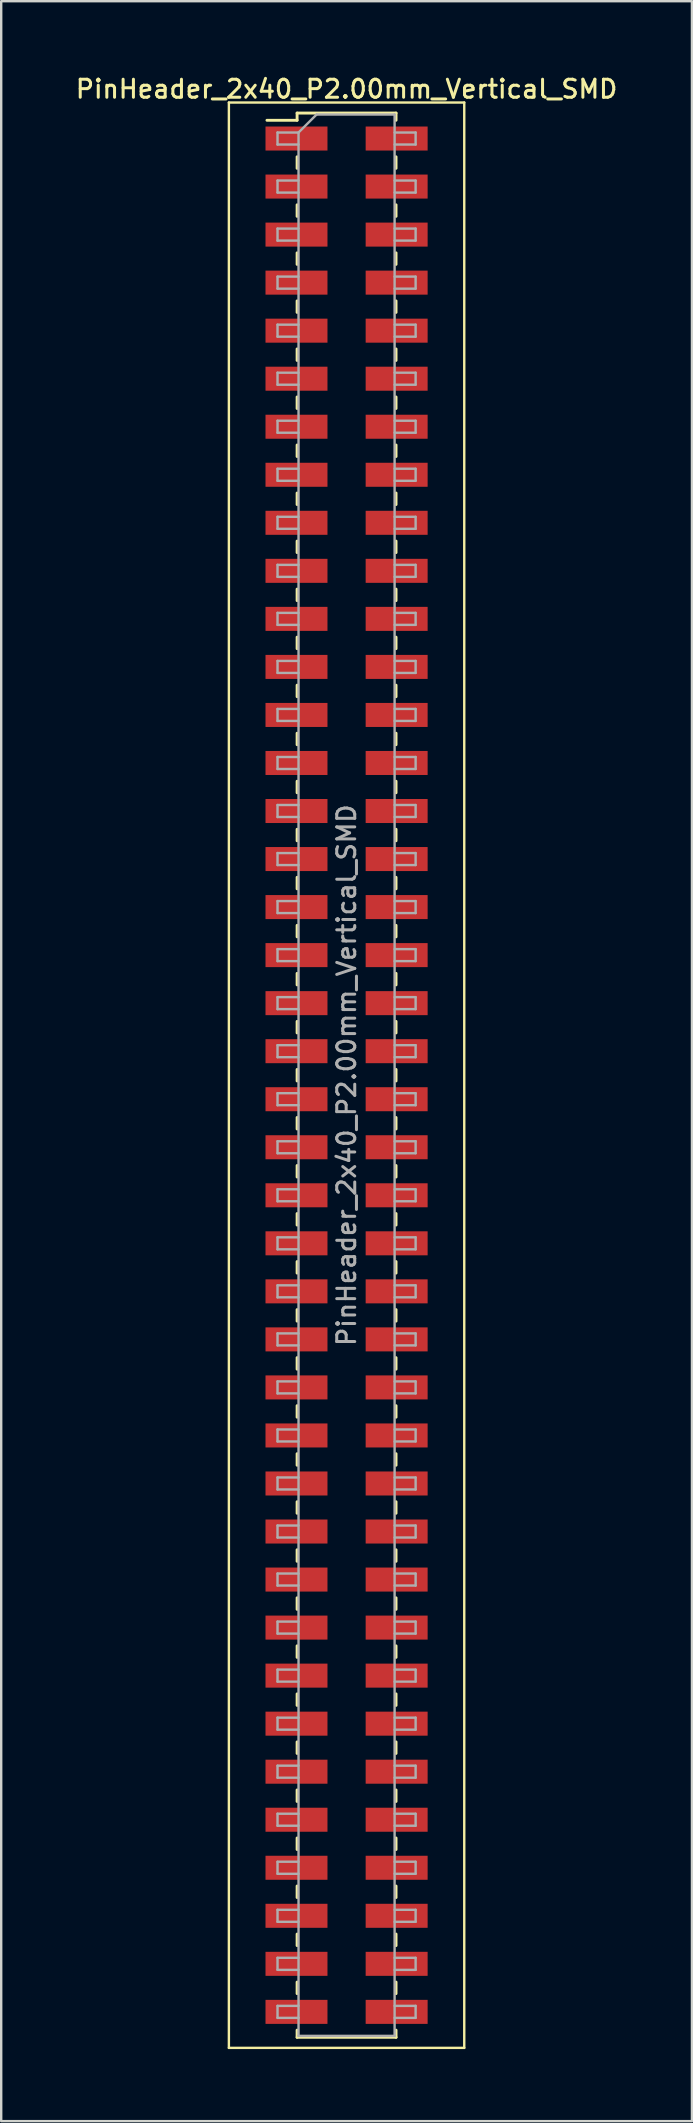
<source format=kicad_pcb>
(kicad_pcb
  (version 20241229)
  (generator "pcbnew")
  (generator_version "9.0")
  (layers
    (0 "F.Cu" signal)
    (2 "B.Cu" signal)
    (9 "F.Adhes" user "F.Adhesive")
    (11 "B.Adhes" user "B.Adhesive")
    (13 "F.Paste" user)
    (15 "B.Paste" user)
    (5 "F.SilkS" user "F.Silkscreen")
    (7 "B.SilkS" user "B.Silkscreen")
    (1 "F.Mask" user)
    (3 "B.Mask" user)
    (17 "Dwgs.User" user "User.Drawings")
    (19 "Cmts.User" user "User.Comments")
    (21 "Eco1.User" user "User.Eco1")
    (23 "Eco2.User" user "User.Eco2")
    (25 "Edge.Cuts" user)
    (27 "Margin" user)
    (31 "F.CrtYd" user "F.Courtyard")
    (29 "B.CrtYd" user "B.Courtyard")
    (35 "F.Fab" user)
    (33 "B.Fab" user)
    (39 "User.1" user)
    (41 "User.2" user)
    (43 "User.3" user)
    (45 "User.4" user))
  (footprint "PinHeader_2x40_P2.00mm_Vertical_SMD"
    (layer "F.Cu")
    (at 11.38 41.718)
    (property "Reference" "PinHeader_2x40_P2.00mm_Vertical_SMD" (at 0 -41.06 0) (layer "F.SilkS") (effects (font (size 0.75 0.75) (thickness 0.125))))
    (attr smd)
    (fp_line (start -4.9 -40.5) (end -4.9 40.5) (stroke (width 0.1) (type solid)) (layer "F.SilkS"))
    (fp_line (start -4.9 40.5) (end 4.9 40.5) (stroke (width 0.1) (type solid)) (layer "F.SilkS"))
    (fp_line (start -3.315 -39.76) (end -2.06 -39.76) (stroke (width 0.12) (type solid)) (layer "F.SilkS"))
    (fp_line (start -2.06 -40.06) (end -2.06 -39.76) (stroke (width 0.12) (type solid)) (layer "F.SilkS"))
    (fp_line (start -2.06 -40.06) (end 2.06 -40.06) (stroke (width 0.12) (type solid)) (layer "F.SilkS"))
    (fp_line (start -2.06 -38.24) (end -2.06 -37.76) (stroke (width 0.12) (type solid)) (layer "F.SilkS"))
    (fp_line (start -2.06 -36.24) (end -2.06 -35.76) (stroke (width 0.12) (type solid)) (layer "F.SilkS"))
    (fp_line (start -2.06 -34.24) (end -2.06 -33.76) (stroke (width 0.12) (type solid)) (layer "F.SilkS"))
    (fp_line (start -2.06 -32.24) (end -2.06 -31.76) (stroke (width 0.12) (type solid)) (layer "F.SilkS"))
    (fp_line (start -2.06 -30.24) (end -2.06 -29.76) (stroke (width 0.12) (type solid)) (layer "F.SilkS"))
    (fp_line (start -2.06 -28.24) (end -2.06 -27.76) (stroke (width 0.12) (type solid)) (layer "F.SilkS"))
    (fp_line (start -2.06 -26.24) (end -2.06 -25.76) (stroke (width 0.12) (type solid)) (layer "F.SilkS"))
    (fp_line (start -2.06 -24.24) (end -2.06 -23.76) (stroke (width 0.12) (type solid)) (layer "F.SilkS"))
    (fp_line (start -2.06 -22.24) (end -2.06 -21.76) (stroke (width 0.12) (type solid)) (layer "F.SilkS"))
    (fp_line (start -2.06 -20.24) (end -2.06 -19.76) (stroke (width 0.12) (type solid)) (layer "F.SilkS"))
    (fp_line (start -2.06 -18.24) (end -2.06 -17.76) (stroke (width 0.12) (type solid)) (layer "F.SilkS"))
    (fp_line (start -2.06 -16.24) (end -2.06 -15.76) (stroke (width 0.12) (type solid)) (layer "F.SilkS"))
    (fp_line (start -2.06 -14.24) (end -2.06 -13.76) (stroke (width 0.12) (type solid)) (layer "F.SilkS"))
    (fp_line (start -2.06 -12.24) (end -2.06 -11.76) (stroke (width 0.12) (type solid)) (layer "F.SilkS"))
    (fp_line (start -2.06 -10.24) (end -2.06 -9.76) (stroke (width 0.12) (type solid)) (layer "F.SilkS"))
    (fp_line (start -2.06 -8.24) (end -2.06 -7.76) (stroke (width 0.12) (type solid)) (layer "F.SilkS"))
    (fp_line (start -2.06 -6.24) (end -2.06 -5.76) (stroke (width 0.12) (type solid)) (layer "F.SilkS"))
    (fp_line (start -2.06 -4.24) (end -2.06 -3.76) (stroke (width 0.12) (type solid)) (layer "F.SilkS"))
    (fp_line (start -2.06 -2.24) (end -2.06 -1.76) (stroke (width 0.12) (type solid)) (layer "F.SilkS"))
    (fp_line (start -2.06 -0.24) (end -2.06 0.24) (stroke (width 0.12) (type solid)) (layer "F.SilkS"))
    (fp_line (start -2.06 1.76) (end -2.06 2.24) (stroke (width 0.12) (type solid)) (layer "F.SilkS"))
    (fp_line (start -2.06 3.76) (end -2.06 4.24) (stroke (width 0.12) (type solid)) (layer "F.SilkS"))
    (fp_line (start -2.06 5.76) (end -2.06 6.24) (stroke (width 0.12) (type solid)) (layer "F.SilkS"))
    (fp_line (start -2.06 7.76) (end -2.06 8.24) (stroke (width 0.12) (type solid)) (layer "F.SilkS"))
    (fp_line (start -2.06 9.76) (end -2.06 10.24) (stroke (width 0.12) (type solid)) (layer "F.SilkS"))
    (fp_line (start -2.06 11.76) (end -2.06 12.24) (stroke (width 0.12) (type solid)) (layer "F.SilkS"))
    (fp_line (start -2.06 13.76) (end -2.06 14.24) (stroke (width 0.12) (type solid)) (layer "F.SilkS"))
    (fp_line (start -2.06 15.76) (end -2.06 16.24) (stroke (width 0.12) (type solid)) (layer "F.SilkS"))
    (fp_line (start -2.06 17.76) (end -2.06 18.24) (stroke (width 0.12) (type solid)) (layer "F.SilkS"))
    (fp_line (start -2.06 19.76) (end -2.06 20.24) (stroke (width 0.12) (type solid)) (layer "F.SilkS"))
    (fp_line (start -2.06 21.76) (end -2.06 22.24) (stroke (width 0.12) (type solid)) (layer "F.SilkS"))
    (fp_line (start -2.06 23.76) (end -2.06 24.24) (stroke (width 0.12) (type solid)) (layer "F.SilkS"))
    (fp_line (start -2.06 25.76) (end -2.06 26.24) (stroke (width 0.12) (type solid)) (layer "F.SilkS"))
    (fp_line (start -2.06 27.76) (end -2.06 28.24) (stroke (width 0.12) (type solid)) (layer "F.SilkS"))
    (fp_line (start -2.06 29.76) (end -2.06 30.24) (stroke (width 0.12) (type solid)) (layer "F.SilkS"))
    (fp_line (start -2.06 31.76) (end -2.06 32.24) (stroke (width 0.12) (type solid)) (layer "F.SilkS"))
    (fp_line (start -2.06 33.76) (end -2.06 34.24) (stroke (width 0.12) (type solid)) (layer "F.SilkS"))
    (fp_line (start -2.06 35.76) (end -2.06 36.24) (stroke (width 0.12) (type solid)) (layer "F.SilkS"))
    (fp_line (start -2.06 37.76) (end -2.06 38.24) (stroke (width 0.12) (type solid)) (layer "F.SilkS"))
    (fp_line (start -2.06 39.76) (end -2.06 40.06) (stroke (width 0.12) (type solid)) (layer "F.SilkS"))
    (fp_line (start -2.06 40.06) (end 2.06 40.06) (stroke (width 0.12) (type solid)) (layer "F.SilkS"))
    (fp_line (start 2.06 -40.06) (end 2.06 -39.76) (stroke (width 0.12) (type solid)) (layer "F.SilkS"))
    (fp_line (start 2.06 -38.24) (end 2.06 -37.76) (stroke (width 0.12) (type solid)) (layer "F.SilkS"))
    (fp_line (start 2.06 -36.24) (end 2.06 -35.76) (stroke (width 0.12) (type solid)) (layer "F.SilkS"))
    (fp_line (start 2.06 -34.24) (end 2.06 -33.76) (stroke (width 0.12) (type solid)) (layer "F.SilkS"))
    (fp_line (start 2.06 -32.24) (end 2.06 -31.76) (stroke (width 0.12) (type solid)) (layer "F.SilkS"))
    (fp_line (start 2.06 -30.24) (end 2.06 -29.76) (stroke (width 0.12) (type solid)) (layer "F.SilkS"))
    (fp_line (start 2.06 -28.24) (end 2.06 -27.76) (stroke (width 0.12) (type solid)) (layer "F.SilkS"))
    (fp_line (start 2.06 -26.24) (end 2.06 -25.76) (stroke (width 0.12) (type solid)) (layer "F.SilkS"))
    (fp_line (start 2.06 -24.24) (end 2.06 -23.76) (stroke (width 0.12) (type solid)) (layer "F.SilkS"))
    (fp_line (start 2.06 -22.24) (end 2.06 -21.76) (stroke (width 0.12) (type solid)) (layer "F.SilkS"))
    (fp_line (start 2.06 -20.24) (end 2.06 -19.76) (stroke (width 0.12) (type solid)) (layer "F.SilkS"))
    (fp_line (start 2.06 -18.24) (end 2.06 -17.76) (stroke (width 0.12) (type solid)) (layer "F.SilkS"))
    (fp_line (start 2.06 -16.24) (end 2.06 -15.76) (stroke (width 0.12) (type solid)) (layer "F.SilkS"))
    (fp_line (start 2.06 -14.24) (end 2.06 -13.76) (stroke (width 0.12) (type solid)) (layer "F.SilkS"))
    (fp_line (start 2.06 -12.24) (end 2.06 -11.76) (stroke (width 0.12) (type solid)) (layer "F.SilkS"))
    (fp_line (start 2.06 -10.24) (end 2.06 -9.76) (stroke (width 0.12) (type solid)) (layer "F.SilkS"))
    (fp_line (start 2.06 -8.24) (end 2.06 -7.76) (stroke (width 0.12) (type solid)) (layer "F.SilkS"))
    (fp_line (start 2.06 -6.24) (end 2.06 -5.76) (stroke (width 0.12) (type solid)) (layer "F.SilkS"))
    (fp_line (start 2.06 -4.24) (end 2.06 -3.76) (stroke (width 0.12) (type solid)) (layer "F.SilkS"))
    (fp_line (start 2.06 -2.24) (end 2.06 -1.76) (stroke (width 0.12) (type solid)) (layer "F.SilkS"))
    (fp_line (start 2.06 -0.24) (end 2.06 0.24) (stroke (width 0.12) (type solid)) (layer "F.SilkS"))
    (fp_line (start 2.06 1.76) (end 2.06 2.24) (stroke (width 0.12) (type solid)) (layer "F.SilkS"))
    (fp_line (start 2.06 3.76) (end 2.06 4.24) (stroke (width 0.12) (type solid)) (layer "F.SilkS"))
    (fp_line (start 2.06 5.76) (end 2.06 6.24) (stroke (width 0.12) (type solid)) (layer "F.SilkS"))
    (fp_line (start 2.06 7.76) (end 2.06 8.24) (stroke (width 0.12) (type solid)) (layer "F.SilkS"))
    (fp_line (start 2.06 9.76) (end 2.06 10.24) (stroke (width 0.12) (type solid)) (layer "F.SilkS"))
    (fp_line (start 2.06 11.76) (end 2.06 12.24) (stroke (width 0.12) (type solid)) (layer "F.SilkS"))
    (fp_line (start 2.06 13.76) (end 2.06 14.24) (stroke (width 0.12) (type solid)) (layer "F.SilkS"))
    (fp_line (start 2.06 15.76) (end 2.06 16.24) (stroke (width 0.12) (type solid)) (layer "F.SilkS"))
    (fp_line (start 2.06 17.76) (end 2.06 18.24) (stroke (width 0.12) (type solid)) (layer "F.SilkS"))
    (fp_line (start 2.06 19.76) (end 2.06 20.24) (stroke (width 0.12) (type solid)) (layer "F.SilkS"))
    (fp_line (start 2.06 21.76) (end 2.06 22.24) (stroke (width 0.12) (type solid)) (layer "F.SilkS"))
    (fp_line (start 2.06 23.76) (end 2.06 24.24) (stroke (width 0.12) (type solid)) (layer "F.SilkS"))
    (fp_line (start 2.06 25.76) (end 2.06 26.24) (stroke (width 0.12) (type solid)) (layer "F.SilkS"))
    (fp_line (start 2.06 27.76) (end 2.06 28.24) (stroke (width 0.12) (type solid)) (layer "F.SilkS"))
    (fp_line (start 2.06 29.76) (end 2.06 30.24) (stroke (width 0.12) (type solid)) (layer "F.SilkS"))
    (fp_line (start 2.06 31.76) (end 2.06 32.24) (stroke (width 0.12) (type solid)) (layer "F.SilkS"))
    (fp_line (start 2.06 33.76) (end 2.06 34.24) (stroke (width 0.12) (type solid)) (layer "F.SilkS"))
    (fp_line (start 2.06 35.76) (end 2.06 36.24) (stroke (width 0.12) (type solid)) (layer "F.SilkS"))
    (fp_line (start 2.06 37.76) (end 2.06 38.24) (stroke (width 0.12) (type solid)) (layer "F.SilkS"))
    (fp_line (start 2.06 39.76) (end 2.06 40.06) (stroke (width 0.12) (type solid)) (layer "F.SilkS"))
    (fp_line (start 4.9 -40.5) (end -4.9 -40.5) (stroke (width 0.1) (type solid)) (layer "F.SilkS"))
    (fp_line (start 4.9 40.5) (end 4.9 -40.5) (stroke (width 0.1) (type solid)) (layer "F.SilkS"))
    (fp_line (start -2.875 -39.25) (end -2.875 -38.75) (stroke (width 0.1) (type solid)) (layer "F.Fab"))
    (fp_line (start -2.875 -38.75) (end -2 -38.75) (stroke (width 0.1) (type solid)) (layer "F.Fab"))
    (fp_line (start -2.875 -37.25) (end -2.875 -36.75) (stroke (width 0.1) (type solid)) (layer "F.Fab"))
    (fp_line (start -2.875 -36.75) (end -2 -36.75) (stroke (width 0.1) (type solid)) (layer "F.Fab"))
    (fp_line (start -2.875 -35.25) (end -2.875 -34.75) (stroke (width 0.1) (type solid)) (layer "F.Fab"))
    (fp_line (start -2.875 -34.75) (end -2 -34.75) (stroke (width 0.1) (type solid)) (layer "F.Fab"))
    (fp_line (start -2.875 -33.25) (end -2.875 -32.75) (stroke (width 0.1) (type solid)) (layer "F.Fab"))
    (fp_line (start -2.875 -32.75) (end -2 -32.75) (stroke (width 0.1) (type solid)) (layer "F.Fab"))
    (fp_line (start -2.875 -31.25) (end -2.875 -30.75) (stroke (width 0.1) (type solid)) (layer "F.Fab"))
    (fp_line (start -2.875 -30.75) (end -2 -30.75) (stroke (width 0.1) (type solid)) (layer "F.Fab"))
    (fp_line (start -2.875 -29.25) (end -2.875 -28.75) (stroke (width 0.1) (type solid)) (layer "F.Fab"))
    (fp_line (start -2.875 -28.75) (end -2 -28.75) (stroke (width 0.1) (type solid)) (layer "F.Fab"))
    (fp_line (start -2.875 -27.25) (end -2.875 -26.75) (stroke (width 0.1) (type solid)) (layer "F.Fab"))
    (fp_line (start -2.875 -26.75) (end -2 -26.75) (stroke (width 0.1) (type solid)) (layer "F.Fab"))
    (fp_line (start -2.875 -25.25) (end -2.875 -24.75) (stroke (width 0.1) (type solid)) (layer "F.Fab"))
    (fp_line (start -2.875 -24.75) (end -2 -24.75) (stroke (width 0.1) (type solid)) (layer "F.Fab"))
    (fp_line (start -2.875 -23.25) (end -2.875 -22.75) (stroke (width 0.1) (type solid)) (layer "F.Fab"))
    (fp_line (start -2.875 -22.75) (end -2 -22.75) (stroke (width 0.1) (type solid)) (layer "F.Fab"))
    (fp_line (start -2.875 -21.25) (end -2.875 -20.75) (stroke (width 0.1) (type solid)) (layer "F.Fab"))
    (fp_line (start -2.875 -20.75) (end -2 -20.75) (stroke (width 0.1) (type solid)) (layer "F.Fab"))
    (fp_line (start -2.875 -19.25) (end -2.875 -18.75) (stroke (width 0.1) (type solid)) (layer "F.Fab"))
    (fp_line (start -2.875 -18.75) (end -2 -18.75) (stroke (width 0.1) (type solid)) (layer "F.Fab"))
    (fp_line (start -2.875 -17.25) (end -2.875 -16.75) (stroke (width 0.1) (type solid)) (layer "F.Fab"))
    (fp_line (start -2.875 -16.75) (end -2 -16.75) (stroke (width 0.1) (type solid)) (layer "F.Fab"))
    (fp_line (start -2.875 -15.25) (end -2.875 -14.75) (stroke (width 0.1) (type solid)) (layer "F.Fab"))
    (fp_line (start -2.875 -14.75) (end -2 -14.75) (stroke (width 0.1) (type solid)) (layer "F.Fab"))
    (fp_line (start -2.875 -13.25) (end -2.875 -12.75) (stroke (width 0.1) (type solid)) (layer "F.Fab"))
    (fp_line (start -2.875 -12.75) (end -2 -12.75) (stroke (width 0.1) (type solid)) (layer "F.Fab"))
    (fp_line (start -2.875 -11.25) (end -2.875 -10.75) (stroke (width 0.1) (type solid)) (layer "F.Fab"))
    (fp_line (start -2.875 -10.75) (end -2 -10.75) (stroke (width 0.1) (type solid)) (layer "F.Fab"))
    (fp_line (start -2.875 -9.25) (end -2.875 -8.75) (stroke (width 0.1) (type solid)) (layer "F.Fab"))
    (fp_line (start -2.875 -8.75) (end -2 -8.75) (stroke (width 0.1) (type solid)) (layer "F.Fab"))
    (fp_line (start -2.875 -7.25) (end -2.875 -6.75) (stroke (width 0.1) (type solid)) (layer "F.Fab"))
    (fp_line (start -2.875 -6.75) (end -2 -6.75) (stroke (width 0.1) (type solid)) (layer "F.Fab"))
    (fp_line (start -2.875 -5.25) (end -2.875 -4.75) (stroke (width 0.1) (type solid)) (layer "F.Fab"))
    (fp_line (start -2.875 -4.75) (end -2 -4.75) (stroke (width 0.1) (type solid)) (layer "F.Fab"))
    (fp_line (start -2.875 -3.25) (end -2.875 -2.75) (stroke (width 0.1) (type solid)) (layer "F.Fab"))
    (fp_line (start -2.875 -2.75) (end -2 -2.75) (stroke (width 0.1) (type solid)) (layer "F.Fab"))
    (fp_line (start -2.875 -1.25) (end -2.875 -0.75) (stroke (width 0.1) (type solid)) (layer "F.Fab"))
    (fp_line (start -2.875 -0.75) (end -2 -0.75) (stroke (width 0.1) (type solid)) (layer "F.Fab"))
    (fp_line (start -2.875 0.75) (end -2.875 1.25) (stroke (width 0.1) (type solid)) (layer "F.Fab"))
    (fp_line (start -2.875 1.25) (end -2 1.25) (stroke (width 0.1) (type solid)) (layer "F.Fab"))
    (fp_line (start -2.875 2.75) (end -2.875 3.25) (stroke (width 0.1) (type solid)) (layer "F.Fab"))
    (fp_line (start -2.875 3.25) (end -2 3.25) (stroke (width 0.1) (type solid)) (layer "F.Fab"))
    (fp_line (start -2.875 4.75) (end -2.875 5.25) (stroke (width 0.1) (type solid)) (layer "F.Fab"))
    (fp_line (start -2.875 5.25) (end -2 5.25) (stroke (width 0.1) (type solid)) (layer "F.Fab"))
    (fp_line (start -2.875 6.75) (end -2.875 7.25) (stroke (width 0.1) (type solid)) (layer "F.Fab"))
    (fp_line (start -2.875 7.25) (end -2 7.25) (stroke (width 0.1) (type solid)) (layer "F.Fab"))
    (fp_line (start -2.875 8.75) (end -2.875 9.25) (stroke (width 0.1) (type solid)) (layer "F.Fab"))
    (fp_line (start -2.875 9.25) (end -2 9.25) (stroke (width 0.1) (type solid)) (layer "F.Fab"))
    (fp_line (start -2.875 10.75) (end -2.875 11.25) (stroke (width 0.1) (type solid)) (layer "F.Fab"))
    (fp_line (start -2.875 11.25) (end -2 11.25) (stroke (width 0.1) (type solid)) (layer "F.Fab"))
    (fp_line (start -2.875 12.75) (end -2.875 13.25) (stroke (width 0.1) (type solid)) (layer "F.Fab"))
    (fp_line (start -2.875 13.25) (end -2 13.25) (stroke (width 0.1) (type solid)) (layer "F.Fab"))
    (fp_line (start -2.875 14.75) (end -2.875 15.25) (stroke (width 0.1) (type solid)) (layer "F.Fab"))
    (fp_line (start -2.875 15.25) (end -2 15.25) (stroke (width 0.1) (type solid)) (layer "F.Fab"))
    (fp_line (start -2.875 16.75) (end -2.875 17.25) (stroke (width 0.1) (type solid)) (layer "F.Fab"))
    (fp_line (start -2.875 17.25) (end -2 17.25) (stroke (width 0.1) (type solid)) (layer "F.Fab"))
    (fp_line (start -2.875 18.75) (end -2.875 19.25) (stroke (width 0.1) (type solid)) (layer "F.Fab"))
    (fp_line (start -2.875 19.25) (end -2 19.25) (stroke (width 0.1) (type solid)) (layer "F.Fab"))
    (fp_line (start -2.875 20.75) (end -2.875 21.25) (stroke (width 0.1) (type solid)) (layer "F.Fab"))
    (fp_line (start -2.875 21.25) (end -2 21.25) (stroke (width 0.1) (type solid)) (layer "F.Fab"))
    (fp_line (start -2.875 22.75) (end -2.875 23.25) (stroke (width 0.1) (type solid)) (layer "F.Fab"))
    (fp_line (start -2.875 23.25) (end -2 23.25) (stroke (width 0.1) (type solid)) (layer "F.Fab"))
    (fp_line (start -2.875 24.75) (end -2.875 25.25) (stroke (width 0.1) (type solid)) (layer "F.Fab"))
    (fp_line (start -2.875 25.25) (end -2 25.25) (stroke (width 0.1) (type solid)) (layer "F.Fab"))
    (fp_line (start -2.875 26.75) (end -2.875 27.25) (stroke (width 0.1) (type solid)) (layer "F.Fab"))
    (fp_line (start -2.875 27.25) (end -2 27.25) (stroke (width 0.1) (type solid)) (layer "F.Fab"))
    (fp_line (start -2.875 28.75) (end -2.875 29.25) (stroke (width 0.1) (type solid)) (layer "F.Fab"))
    (fp_line (start -2.875 29.25) (end -2 29.25) (stroke (width 0.1) (type solid)) (layer "F.Fab"))
    (fp_line (start -2.875 30.75) (end -2.875 31.25) (stroke (width 0.1) (type solid)) (layer "F.Fab"))
    (fp_line (start -2.875 31.25) (end -2 31.25) (stroke (width 0.1) (type solid)) (layer "F.Fab"))
    (fp_line (start -2.875 32.75) (end -2.875 33.25) (stroke (width 0.1) (type solid)) (layer "F.Fab"))
    (fp_line (start -2.875 33.25) (end -2 33.25) (stroke (width 0.1) (type solid)) (layer "F.Fab"))
    (fp_line (start -2.875 34.75) (end -2.875 35.25) (stroke (width 0.1) (type solid)) (layer "F.Fab"))
    (fp_line (start -2.875 35.25) (end -2 35.25) (stroke (width 0.1) (type solid)) (layer "F.Fab"))
    (fp_line (start -2.875 36.75) (end -2.875 37.25) (stroke (width 0.1) (type solid)) (layer "F.Fab"))
    (fp_line (start -2.875 37.25) (end -2 37.25) (stroke (width 0.1) (type solid)) (layer "F.Fab"))
    (fp_line (start -2.875 38.75) (end -2.875 39.25) (stroke (width 0.1) (type solid)) (layer "F.Fab"))
    (fp_line (start -2.875 39.25) (end -2 39.25) (stroke (width 0.1) (type solid)) (layer "F.Fab"))
    (fp_line (start -2 -39.25) (end -2.875 -39.25) (stroke (width 0.1) (type solid)) (layer "F.Fab"))
    (fp_line (start -2 -39.25) (end -1.25 -40) (stroke (width 0.1) (type solid)) (layer "F.Fab"))
    (fp_line (start -2 -37.25) (end -2.875 -37.25) (stroke (width 0.1) (type solid)) (layer "F.Fab"))
    (fp_line (start -2 -35.25) (end -2.875 -35.25) (stroke (width 0.1) (type solid)) (layer "F.Fab"))
    (fp_line (start -2 -33.25) (end -2.875 -33.25) (stroke (width 0.1) (type solid)) (layer "F.Fab"))
    (fp_line (start -2 -31.25) (end -2.875 -31.25) (stroke (width 0.1) (type solid)) (layer "F.Fab"))
    (fp_line (start -2 -29.25) (end -2.875 -29.25) (stroke (width 0.1) (type solid)) (layer "F.Fab"))
    (fp_line (start -2 -27.25) (end -2.875 -27.25) (stroke (width 0.1) (type solid)) (layer "F.Fab"))
    (fp_line (start -2 -25.25) (end -2.875 -25.25) (stroke (width 0.1) (type solid)) (layer "F.Fab"))
    (fp_line (start -2 -23.25) (end -2.875 -23.25) (stroke (width 0.1) (type solid)) (layer "F.Fab"))
    (fp_line (start -2 -21.25) (end -2.875 -21.25) (stroke (width 0.1) (type solid)) (layer "F.Fab"))
    (fp_line (start -2 -19.25) (end -2.875 -19.25) (stroke (width 0.1) (type solid)) (layer "F.Fab"))
    (fp_line (start -2 -17.25) (end -2.875 -17.25) (stroke (width 0.1) (type solid)) (layer "F.Fab"))
    (fp_line (start -2 -15.25) (end -2.875 -15.25) (stroke (width 0.1) (type solid)) (layer "F.Fab"))
    (fp_line (start -2 -13.25) (end -2.875 -13.25) (stroke (width 0.1) (type solid)) (layer "F.Fab"))
    (fp_line (start -2 -11.25) (end -2.875 -11.25) (stroke (width 0.1) (type solid)) (layer "F.Fab"))
    (fp_line (start -2 -9.25) (end -2.875 -9.25) (stroke (width 0.1) (type solid)) (layer "F.Fab"))
    (fp_line (start -2 -7.25) (end -2.875 -7.25) (stroke (width 0.1) (type solid)) (layer "F.Fab"))
    (fp_line (start -2 -5.25) (end -2.875 -5.25) (stroke (width 0.1) (type solid)) (layer "F.Fab"))
    (fp_line (start -2 -3.25) (end -2.875 -3.25) (stroke (width 0.1) (type solid)) (layer "F.Fab"))
    (fp_line (start -2 -1.25) (end -2.875 -1.25) (stroke (width 0.1) (type solid)) (layer "F.Fab"))
    (fp_line (start -2 0.75) (end -2.875 0.75) (stroke (width 0.1) (type solid)) (layer "F.Fab"))
    (fp_line (start -2 2.75) (end -2.875 2.75) (stroke (width 0.1) (type solid)) (layer "F.Fab"))
    (fp_line (start -2 4.75) (end -2.875 4.75) (stroke (width 0.1) (type solid)) (layer "F.Fab"))
    (fp_line (start -2 6.75) (end -2.875 6.75) (stroke (width 0.1) (type solid)) (layer "F.Fab"))
    (fp_line (start -2 8.75) (end -2.875 8.75) (stroke (width 0.1) (type solid)) (layer "F.Fab"))
    (fp_line (start -2 10.75) (end -2.875 10.75) (stroke (width 0.1) (type solid)) (layer "F.Fab"))
    (fp_line (start -2 12.75) (end -2.875 12.75) (stroke (width 0.1) (type solid)) (layer "F.Fab"))
    (fp_line (start -2 14.75) (end -2.875 14.75) (stroke (width 0.1) (type solid)) (layer "F.Fab"))
    (fp_line (start -2 16.75) (end -2.875 16.75) (stroke (width 0.1) (type solid)) (layer "F.Fab"))
    (fp_line (start -2 18.75) (end -2.875 18.75) (stroke (width 0.1) (type solid)) (layer "F.Fab"))
    (fp_line (start -2 20.75) (end -2.875 20.75) (stroke (width 0.1) (type solid)) (layer "F.Fab"))
    (fp_line (start -2 22.75) (end -2.875 22.75) (stroke (width 0.1) (type solid)) (layer "F.Fab"))
    (fp_line (start -2 24.75) (end -2.875 24.75) (stroke (width 0.1) (type solid)) (layer "F.Fab"))
    (fp_line (start -2 26.75) (end -2.875 26.75) (stroke (width 0.1) (type solid)) (layer "F.Fab"))
    (fp_line (start -2 28.75) (end -2.875 28.75) (stroke (width 0.1) (type solid)) (layer "F.Fab"))
    (fp_line (start -2 30.75) (end -2.875 30.75) (stroke (width 0.1) (type solid)) (layer "F.Fab"))
    (fp_line (start -2 32.75) (end -2.875 32.75) (stroke (width 0.1) (type solid)) (layer "F.Fab"))
    (fp_line (start -2 34.75) (end -2.875 34.75) (stroke (width 0.1) (type solid)) (layer "F.Fab"))
    (fp_line (start -2 36.75) (end -2.875 36.75) (stroke (width 0.1) (type solid)) (layer "F.Fab"))
    (fp_line (start -2 38.75) (end -2.875 38.75) (stroke (width 0.1) (type solid)) (layer "F.Fab"))
    (fp_line (start -2 40) (end -2 -39.25) (stroke (width 0.1) (type solid)) (layer "F.Fab"))
    (fp_line (start -1.25 -40) (end 2 -40) (stroke (width 0.1) (type solid)) (layer "F.Fab"))
    (fp_line (start 2 -40) (end 2 40) (stroke (width 0.1) (type solid)) (layer "F.Fab"))
    (fp_line (start 2 -39.25) (end 2.875 -39.25) (stroke (width 0.1) (type solid)) (layer "F.Fab"))
    (fp_line (start 2 -37.25) (end 2.875 -37.25) (stroke (width 0.1) (type solid)) (layer "F.Fab"))
    (fp_line (start 2 -35.25) (end 2.875 -35.25) (stroke (width 0.1) (type solid)) (layer "F.Fab"))
    (fp_line (start 2 -33.25) (end 2.875 -33.25) (stroke (width 0.1) (type solid)) (layer "F.Fab"))
    (fp_line (start 2 -31.25) (end 2.875 -31.25) (stroke (width 0.1) (type solid)) (layer "F.Fab"))
    (fp_line (start 2 -29.25) (end 2.875 -29.25) (stroke (width 0.1) (type solid)) (layer "F.Fab"))
    (fp_line (start 2 -27.25) (end 2.875 -27.25) (stroke (width 0.1) (type solid)) (layer "F.Fab"))
    (fp_line (start 2 -25.25) (end 2.875 -25.25) (stroke (width 0.1) (type solid)) (layer "F.Fab"))
    (fp_line (start 2 -23.25) (end 2.875 -23.25) (stroke (width 0.1) (type solid)) (layer "F.Fab"))
    (fp_line (start 2 -21.25) (end 2.875 -21.25) (stroke (width 0.1) (type solid)) (layer "F.Fab"))
    (fp_line (start 2 -19.25) (end 2.875 -19.25) (stroke (width 0.1) (type solid)) (layer "F.Fab"))
    (fp_line (start 2 -17.25) (end 2.875 -17.25) (stroke (width 0.1) (type solid)) (layer "F.Fab"))
    (fp_line (start 2 -15.25) (end 2.875 -15.25) (stroke (width 0.1) (type solid)) (layer "F.Fab"))
    (fp_line (start 2 -13.25) (end 2.875 -13.25) (stroke (width 0.1) (type solid)) (layer "F.Fab"))
    (fp_line (start 2 -11.25) (end 2.875 -11.25) (stroke (width 0.1) (type solid)) (layer "F.Fab"))
    (fp_line (start 2 -9.25) (end 2.875 -9.25) (stroke (width 0.1) (type solid)) (layer "F.Fab"))
    (fp_line (start 2 -7.25) (end 2.875 -7.25) (stroke (width 0.1) (type solid)) (layer "F.Fab"))
    (fp_line (start 2 -5.25) (end 2.875 -5.25) (stroke (width 0.1) (type solid)) (layer "F.Fab"))
    (fp_line (start 2 -3.25) (end 2.875 -3.25) (stroke (width 0.1) (type solid)) (layer "F.Fab"))
    (fp_line (start 2 -1.25) (end 2.875 -1.25) (stroke (width 0.1) (type solid)) (layer "F.Fab"))
    (fp_line (start 2 0.75) (end 2.875 0.75) (stroke (width 0.1) (type solid)) (layer "F.Fab"))
    (fp_line (start 2 2.75) (end 2.875 2.75) (stroke (width 0.1) (type solid)) (layer "F.Fab"))
    (fp_line (start 2 4.75) (end 2.875 4.75) (stroke (width 0.1) (type solid)) (layer "F.Fab"))
    (fp_line (start 2 6.75) (end 2.875 6.75) (stroke (width 0.1) (type solid)) (layer "F.Fab"))
    (fp_line (start 2 8.75) (end 2.875 8.75) (stroke (width 0.1) (type solid)) (layer "F.Fab"))
    (fp_line (start 2 10.75) (end 2.875 10.75) (stroke (width 0.1) (type solid)) (layer "F.Fab"))
    (fp_line (start 2 12.75) (end 2.875 12.75) (stroke (width 0.1) (type solid)) (layer "F.Fab"))
    (fp_line (start 2 14.75) (end 2.875 14.75) (stroke (width 0.1) (type solid)) (layer "F.Fab"))
    (fp_line (start 2 16.75) (end 2.875 16.75) (stroke (width 0.1) (type solid)) (layer "F.Fab"))
    (fp_line (start 2 18.75) (end 2.875 18.75) (stroke (width 0.1) (type solid)) (layer "F.Fab"))
    (fp_line (start 2 20.75) (end 2.875 20.75) (stroke (width 0.1) (type solid)) (layer "F.Fab"))
    (fp_line (start 2 22.75) (end 2.875 22.75) (stroke (width 0.1) (type solid)) (layer "F.Fab"))
    (fp_line (start 2 24.75) (end 2.875 24.75) (stroke (width 0.1) (type solid)) (layer "F.Fab"))
    (fp_line (start 2 26.75) (end 2.875 26.75) (stroke (width 0.1) (type solid)) (layer "F.Fab"))
    (fp_line (start 2 28.75) (end 2.875 28.75) (stroke (width 0.1) (type solid)) (layer "F.Fab"))
    (fp_line (start 2 30.75) (end 2.875 30.75) (stroke (width 0.1) (type solid)) (layer "F.Fab"))
    (fp_line (start 2 32.75) (end 2.875 32.75) (stroke (width 0.1) (type solid)) (layer "F.Fab"))
    (fp_line (start 2 34.75) (end 2.875 34.75) (stroke (width 0.1) (type solid)) (layer "F.Fab"))
    (fp_line (start 2 36.75) (end 2.875 36.75) (stroke (width 0.1) (type solid)) (layer "F.Fab"))
    (fp_line (start 2 38.75) (end 2.875 38.75) (stroke (width 0.1) (type solid)) (layer "F.Fab"))
    (fp_line (start 2 40) (end -2 40) (stroke (width 0.1) (type solid)) (layer "F.Fab"))
    (fp_line (start 2.875 -39.25) (end 2.875 -38.75) (stroke (width 0.1) (type solid)) (layer "F.Fab"))
    (fp_line (start 2.875 -38.75) (end 2 -38.75) (stroke (width 0.1) (type solid)) (layer "F.Fab"))
    (fp_line (start 2.875 -37.25) (end 2.875 -36.75) (stroke (width 0.1) (type solid)) (layer "F.Fab"))
    (fp_line (start 2.875 -36.75) (end 2 -36.75) (stroke (width 0.1) (type solid)) (layer "F.Fab"))
    (fp_line (start 2.875 -35.25) (end 2.875 -34.75) (stroke (width 0.1) (type solid)) (layer "F.Fab"))
    (fp_line (start 2.875 -34.75) (end 2 -34.75) (stroke (width 0.1) (type solid)) (layer "F.Fab"))
    (fp_line (start 2.875 -33.25) (end 2.875 -32.75) (stroke (width 0.1) (type solid)) (layer "F.Fab"))
    (fp_line (start 2.875 -32.75) (end 2 -32.75) (stroke (width 0.1) (type solid)) (layer "F.Fab"))
    (fp_line (start 2.875 -31.25) (end 2.875 -30.75) (stroke (width 0.1) (type solid)) (layer "F.Fab"))
    (fp_line (start 2.875 -30.75) (end 2 -30.75) (stroke (width 0.1) (type solid)) (layer "F.Fab"))
    (fp_line (start 2.875 -29.25) (end 2.875 -28.75) (stroke (width 0.1) (type solid)) (layer "F.Fab"))
    (fp_line (start 2.875 -28.75) (end 2 -28.75) (stroke (width 0.1) (type solid)) (layer "F.Fab"))
    (fp_line (start 2.875 -27.25) (end 2.875 -26.75) (stroke (width 0.1) (type solid)) (layer "F.Fab"))
    (fp_line (start 2.875 -26.75) (end 2 -26.75) (stroke (width 0.1) (type solid)) (layer "F.Fab"))
    (fp_line (start 2.875 -25.25) (end 2.875 -24.75) (stroke (width 0.1) (type solid)) (layer "F.Fab"))
    (fp_line (start 2.875 -24.75) (end 2 -24.75) (stroke (width 0.1) (type solid)) (layer "F.Fab"))
    (fp_line (start 2.875 -23.25) (end 2.875 -22.75) (stroke (width 0.1) (type solid)) (layer "F.Fab"))
    (fp_line (start 2.875 -22.75) (end 2 -22.75) (stroke (width 0.1) (type solid)) (layer "F.Fab"))
    (fp_line (start 2.875 -21.25) (end 2.875 -20.75) (stroke (width 0.1) (type solid)) (layer "F.Fab"))
    (fp_line (start 2.875 -20.75) (end 2 -20.75) (stroke (width 0.1) (type solid)) (layer "F.Fab"))
    (fp_line (start 2.875 -19.25) (end 2.875 -18.75) (stroke (width 0.1) (type solid)) (layer "F.Fab"))
    (fp_line (start 2.875 -18.75) (end 2 -18.75) (stroke (width 0.1) (type solid)) (layer "F.Fab"))
    (fp_line (start 2.875 -17.25) (end 2.875 -16.75) (stroke (width 0.1) (type solid)) (layer "F.Fab"))
    (fp_line (start 2.875 -16.75) (end 2 -16.75) (stroke (width 0.1) (type solid)) (layer "F.Fab"))
    (fp_line (start 2.875 -15.25) (end 2.875 -14.75) (stroke (width 0.1) (type solid)) (layer "F.Fab"))
    (fp_line (start 2.875 -14.75) (end 2 -14.75) (stroke (width 0.1) (type solid)) (layer "F.Fab"))
    (fp_line (start 2.875 -13.25) (end 2.875 -12.75) (stroke (width 0.1) (type solid)) (layer "F.Fab"))
    (fp_line (start 2.875 -12.75) (end 2 -12.75) (stroke (width 0.1) (type solid)) (layer "F.Fab"))
    (fp_line (start 2.875 -11.25) (end 2.875 -10.75) (stroke (width 0.1) (type solid)) (layer "F.Fab"))
    (fp_line (start 2.875 -10.75) (end 2 -10.75) (stroke (width 0.1) (type solid)) (layer "F.Fab"))
    (fp_line (start 2.875 -9.25) (end 2.875 -8.75) (stroke (width 0.1) (type solid)) (layer "F.Fab"))
    (fp_line (start 2.875 -8.75) (end 2 -8.75) (stroke (width 0.1) (type solid)) (layer "F.Fab"))
    (fp_line (start 2.875 -7.25) (end 2.875 -6.75) (stroke (width 0.1) (type solid)) (layer "F.Fab"))
    (fp_line (start 2.875 -6.75) (end 2 -6.75) (stroke (width 0.1) (type solid)) (layer "F.Fab"))
    (fp_line (start 2.875 -5.25) (end 2.875 -4.75) (stroke (width 0.1) (type solid)) (layer "F.Fab"))
    (fp_line (start 2.875 -4.75) (end 2 -4.75) (stroke (width 0.1) (type solid)) (layer "F.Fab"))
    (fp_line (start 2.875 -3.25) (end 2.875 -2.75) (stroke (width 0.1) (type solid)) (layer "F.Fab"))
    (fp_line (start 2.875 -2.75) (end 2 -2.75) (stroke (width 0.1) (type solid)) (layer "F.Fab"))
    (fp_line (start 2.875 -1.25) (end 2.875 -0.75) (stroke (width 0.1) (type solid)) (layer "F.Fab"))
    (fp_line (start 2.875 -0.75) (end 2 -0.75) (stroke (width 0.1) (type solid)) (layer "F.Fab"))
    (fp_line (start 2.875 0.75) (end 2.875 1.25) (stroke (width 0.1) (type solid)) (layer "F.Fab"))
    (fp_line (start 2.875 1.25) (end 2 1.25) (stroke (width 0.1) (type solid)) (layer "F.Fab"))
    (fp_line (start 2.875 2.75) (end 2.875 3.25) (stroke (width 0.1) (type solid)) (layer "F.Fab"))
    (fp_line (start 2.875 3.25) (end 2 3.25) (stroke (width 0.1) (type solid)) (layer "F.Fab"))
    (fp_line (start 2.875 4.75) (end 2.875 5.25) (stroke (width 0.1) (type solid)) (layer "F.Fab"))
    (fp_line (start 2.875 5.25) (end 2 5.25) (stroke (width 0.1) (type solid)) (layer "F.Fab"))
    (fp_line (start 2.875 6.75) (end 2.875 7.25) (stroke (width 0.1) (type solid)) (layer "F.Fab"))
    (fp_line (start 2.875 7.25) (end 2 7.25) (stroke (width 0.1) (type solid)) (layer "F.Fab"))
    (fp_line (start 2.875 8.75) (end 2.875 9.25) (stroke (width 0.1) (type solid)) (layer "F.Fab"))
    (fp_line (start 2.875 9.25) (end 2 9.25) (stroke (width 0.1) (type solid)) (layer "F.Fab"))
    (fp_line (start 2.875 10.75) (end 2.875 11.25) (stroke (width 0.1) (type solid)) (layer "F.Fab"))
    (fp_line (start 2.875 11.25) (end 2 11.25) (stroke (width 0.1) (type solid)) (layer "F.Fab"))
    (fp_line (start 2.875 12.75) (end 2.875 13.25) (stroke (width 0.1) (type solid)) (layer "F.Fab"))
    (fp_line (start 2.875 13.25) (end 2 13.25) (stroke (width 0.1) (type solid)) (layer "F.Fab"))
    (fp_line (start 2.875 14.75) (end 2.875 15.25) (stroke (width 0.1) (type solid)) (layer "F.Fab"))
    (fp_line (start 2.875 15.25) (end 2 15.25) (stroke (width 0.1) (type solid)) (layer "F.Fab"))
    (fp_line (start 2.875 16.75) (end 2.875 17.25) (stroke (width 0.1) (type solid)) (layer "F.Fab"))
    (fp_line (start 2.875 17.25) (end 2 17.25) (stroke (width 0.1) (type solid)) (layer "F.Fab"))
    (fp_line (start 2.875 18.75) (end 2.875 19.25) (stroke (width 0.1) (type solid)) (layer "F.Fab"))
    (fp_line (start 2.875 19.25) (end 2 19.25) (stroke (width 0.1) (type solid)) (layer "F.Fab"))
    (fp_line (start 2.875 20.75) (end 2.875 21.25) (stroke (width 0.1) (type solid)) (layer "F.Fab"))
    (fp_line (start 2.875 21.25) (end 2 21.25) (stroke (width 0.1) (type solid)) (layer "F.Fab"))
    (fp_line (start 2.875 22.75) (end 2.875 23.25) (stroke (width 0.1) (type solid)) (layer "F.Fab"))
    (fp_line (start 2.875 23.25) (end 2 23.25) (stroke (width 0.1) (type solid)) (layer "F.Fab"))
    (fp_line (start 2.875 24.75) (end 2.875 25.25) (stroke (width 0.1) (type solid)) (layer "F.Fab"))
    (fp_line (start 2.875 25.25) (end 2 25.25) (stroke (width 0.1) (type solid)) (layer "F.Fab"))
    (fp_line (start 2.875 26.75) (end 2.875 27.25) (stroke (width 0.1) (type solid)) (layer "F.Fab"))
    (fp_line (start 2.875 27.25) (end 2 27.25) (stroke (width 0.1) (type solid)) (layer "F.Fab"))
    (fp_line (start 2.875 28.75) (end 2.875 29.25) (stroke (width 0.1) (type solid)) (layer "F.Fab"))
    (fp_line (start 2.875 29.25) (end 2 29.25) (stroke (width 0.1) (type solid)) (layer "F.Fab"))
    (fp_line (start 2.875 30.75) (end 2.875 31.25) (stroke (width 0.1) (type solid)) (layer "F.Fab"))
    (fp_line (start 2.875 31.25) (end 2 31.25) (stroke (width 0.1) (type solid)) (layer "F.Fab"))
    (fp_line (start 2.875 32.75) (end 2.875 33.25) (stroke (width 0.1) (type solid)) (layer "F.Fab"))
    (fp_line (start 2.875 33.25) (end 2 33.25) (stroke (width 0.1) (type solid)) (layer "F.Fab"))
    (fp_line (start 2.875 34.75) (end 2.875 35.25) (stroke (width 0.1) (type solid)) (layer "F.Fab"))
    (fp_line (start 2.875 35.25) (end 2 35.25) (stroke (width 0.1) (type solid)) (layer "F.Fab"))
    (fp_line (start 2.875 36.75) (end 2.875 37.25) (stroke (width 0.1) (type solid)) (layer "F.Fab"))
    (fp_line (start 2.875 37.25) (end 2 37.25) (stroke (width 0.1) (type solid)) (layer "F.Fab"))
    (fp_line (start 2.875 38.75) (end 2.875 39.25) (stroke (width 0.1) (type solid)) (layer "F.Fab"))
    (fp_line (start 2.875 39.25) (end 2 39.25) (stroke (width 0.1) (type solid)) (layer "F.Fab"))
    (fp_text user "${REFERENCE}" (at 0 0 90) (layer "F.Fab") (effects (font (size 0.75 0.75) (thickness 0.125))))
    (pad "1" smd rect (at -2.085 -39) (size 2.58 1) (layers "F.Cu" "F.Mask" "F.Paste"))
    (pad "2" smd rect (at 2.085 -39) (size 2.58 1) (layers "F.Cu" "F.Mask" "F.Paste"))
    (pad "3" smd rect (at -2.085 -37) (size 2.58 1) (layers "F.Cu" "F.Mask" "F.Paste"))
    (pad "4" smd rect (at 2.085 -37) (size 2.58 1) (layers "F.Cu" "F.Mask" "F.Paste"))
    (pad "5" smd rect (at -2.085 -35) (size 2.58 1) (layers "F.Cu" "F.Mask" "F.Paste"))
    (pad "6" smd rect (at 2.085 -35) (size 2.58 1) (layers "F.Cu" "F.Mask" "F.Paste"))
    (pad "7" smd rect (at -2.085 -33) (size 2.58 1) (layers "F.Cu" "F.Mask" "F.Paste"))
    (pad "8" smd rect (at 2.085 -33) (size 2.58 1) (layers "F.Cu" "F.Mask" "F.Paste"))
    (pad "9" smd rect (at -2.085 -31) (size 2.58 1) (layers "F.Cu" "F.Mask" "F.Paste"))
    (pad "10" smd rect (at 2.085 -31) (size 2.58 1) (layers "F.Cu" "F.Mask" "F.Paste"))
    (pad "11" smd rect (at -2.085 -29) (size 2.58 1) (layers "F.Cu" "F.Mask" "F.Paste"))
    (pad "12" smd rect (at 2.085 -29) (size 2.58 1) (layers "F.Cu" "F.Mask" "F.Paste"))
    (pad "13" smd rect (at -2.085 -27) (size 2.58 1) (layers "F.Cu" "F.Mask" "F.Paste"))
    (pad "14" smd rect (at 2.085 -27) (size 2.58 1) (layers "F.Cu" "F.Mask" "F.Paste"))
    (pad "15" smd rect (at -2.085 -25) (size 2.58 1) (layers "F.Cu" "F.Mask" "F.Paste"))
    (pad "16" smd rect (at 2.085 -25) (size 2.58 1) (layers "F.Cu" "F.Mask" "F.Paste"))
    (pad "17" smd rect (at -2.085 -23) (size 2.58 1) (layers "F.Cu" "F.Mask" "F.Paste"))
    (pad "18" smd rect (at 2.085 -23) (size 2.58 1) (layers "F.Cu" "F.Mask" "F.Paste"))
    (pad "19" smd rect (at -2.085 -21) (size 2.58 1) (layers "F.Cu" "F.Mask" "F.Paste"))
    (pad "20" smd rect (at 2.085 -21) (size 2.58 1) (layers "F.Cu" "F.Mask" "F.Paste"))
    (pad "21" smd rect (at -2.085 -19) (size 2.58 1) (layers "F.Cu" "F.Mask" "F.Paste"))
    (pad "22" smd rect (at 2.085 -19) (size 2.58 1) (layers "F.Cu" "F.Mask" "F.Paste"))
    (pad "23" smd rect (at -2.085 -17) (size 2.58 1) (layers "F.Cu" "F.Mask" "F.Paste"))
    (pad "24" smd rect (at 2.085 -17) (size 2.58 1) (layers "F.Cu" "F.Mask" "F.Paste"))
    (pad "25" smd rect (at -2.085 -15) (size 2.58 1) (layers "F.Cu" "F.Mask" "F.Paste"))
    (pad "26" smd rect (at 2.085 -15) (size 2.58 1) (layers "F.Cu" "F.Mask" "F.Paste"))
    (pad "27" smd rect (at -2.085 -13) (size 2.58 1) (layers "F.Cu" "F.Mask" "F.Paste"))
    (pad "28" smd rect (at 2.085 -13) (size 2.58 1) (layers "F.Cu" "F.Mask" "F.Paste"))
    (pad "29" smd rect (at -2.085 -11) (size 2.58 1) (layers "F.Cu" "F.Mask" "F.Paste"))
    (pad "30" smd rect (at 2.085 -11) (size 2.58 1) (layers "F.Cu" "F.Mask" "F.Paste"))
    (pad "31" smd rect (at -2.085 -9) (size 2.58 1) (layers "F.Cu" "F.Mask" "F.Paste"))
    (pad "32" smd rect (at 2.085 -9) (size 2.58 1) (layers "F.Cu" "F.Mask" "F.Paste"))
    (pad "33" smd rect (at -2.085 -7) (size 2.58 1) (layers "F.Cu" "F.Mask" "F.Paste"))
    (pad "34" smd rect (at 2.085 -7) (size 2.58 1) (layers "F.Cu" "F.Mask" "F.Paste"))
    (pad "35" smd rect (at -2.085 -5) (size 2.58 1) (layers "F.Cu" "F.Mask" "F.Paste"))
    (pad "36" smd rect (at 2.085 -5) (size 2.58 1) (layers "F.Cu" "F.Mask" "F.Paste"))
    (pad "37" smd rect (at -2.085 -3) (size 2.58 1) (layers "F.Cu" "F.Mask" "F.Paste"))
    (pad "38" smd rect (at 2.085 -3) (size 2.58 1) (layers "F.Cu" "F.Mask" "F.Paste"))
    (pad "39" smd rect (at -2.085 -1) (size 2.58 1) (layers "F.Cu" "F.Mask" "F.Paste"))
    (pad "40" smd rect (at 2.085 -1) (size 2.58 1) (layers "F.Cu" "F.Mask" "F.Paste"))
    (pad "41" smd rect (at -2.085 1) (size 2.58 1) (layers "F.Cu" "F.Mask" "F.Paste"))
    (pad "42" smd rect (at 2.085 1) (size 2.58 1) (layers "F.Cu" "F.Mask" "F.Paste"))
    (pad "43" smd rect (at -2.085 3) (size 2.58 1) (layers "F.Cu" "F.Mask" "F.Paste"))
    (pad "44" smd rect (at 2.085 3) (size 2.58 1) (layers "F.Cu" "F.Mask" "F.Paste"))
    (pad "45" smd rect (at -2.085 5) (size 2.58 1) (layers "F.Cu" "F.Mask" "F.Paste"))
    (pad "46" smd rect (at 2.085 5) (size 2.58 1) (layers "F.Cu" "F.Mask" "F.Paste"))
    (pad "47" smd rect (at -2.085 7) (size 2.58 1) (layers "F.Cu" "F.Mask" "F.Paste"))
    (pad "48" smd rect (at 2.085 7) (size 2.58 1) (layers "F.Cu" "F.Mask" "F.Paste"))
    (pad "49" smd rect (at -2.085 9) (size 2.58 1) (layers "F.Cu" "F.Mask" "F.Paste"))
    (pad "50" smd rect (at 2.085 9) (size 2.58 1) (layers "F.Cu" "F.Mask" "F.Paste"))
    (pad "51" smd rect (at -2.085 11) (size 2.58 1) (layers "F.Cu" "F.Mask" "F.Paste"))
    (pad "52" smd rect (at 2.085 11) (size 2.58 1) (layers "F.Cu" "F.Mask" "F.Paste"))
    (pad "53" smd rect (at -2.085 13) (size 2.58 1) (layers "F.Cu" "F.Mask" "F.Paste"))
    (pad "54" smd rect (at 2.085 13) (size 2.58 1) (layers "F.Cu" "F.Mask" "F.Paste"))
    (pad "55" smd rect (at -2.085 15) (size 2.58 1) (layers "F.Cu" "F.Mask" "F.Paste"))
    (pad "56" smd rect (at 2.085 15) (size 2.58 1) (layers "F.Cu" "F.Mask" "F.Paste"))
    (pad "57" smd rect (at -2.085 17) (size 2.58 1) (layers "F.Cu" "F.Mask" "F.Paste"))
    (pad "58" smd rect (at 2.085 17) (size 2.58 1) (layers "F.Cu" "F.Mask" "F.Paste"))
    (pad "59" smd rect (at -2.085 19) (size 2.58 1) (layers "F.Cu" "F.Mask" "F.Paste"))
    (pad "60" smd rect (at 2.085 19) (size 2.58 1) (layers "F.Cu" "F.Mask" "F.Paste"))
    (pad "61" smd rect (at -2.085 21) (size 2.58 1) (layers "F.Cu" "F.Mask" "F.Paste"))
    (pad "62" smd rect (at 2.085 21) (size 2.58 1) (layers "F.Cu" "F.Mask" "F.Paste"))
    (pad "63" smd rect (at -2.085 23) (size 2.58 1) (layers "F.Cu" "F.Mask" "F.Paste"))
    (pad "64" smd rect (at 2.085 23) (size 2.58 1) (layers "F.Cu" "F.Mask" "F.Paste"))
    (pad "65" smd rect (at -2.085 25) (size 2.58 1) (layers "F.Cu" "F.Mask" "F.Paste"))
    (pad "66" smd rect (at 2.085 25) (size 2.58 1) (layers "F.Cu" "F.Mask" "F.Paste"))
    (pad "67" smd rect (at -2.085 27) (size 2.58 1) (layers "F.Cu" "F.Mask" "F.Paste"))
    (pad "68" smd rect (at 2.085 27) (size 2.58 1) (layers "F.Cu" "F.Mask" "F.Paste"))
    (pad "69" smd rect (at -2.085 29) (size 2.58 1) (layers "F.Cu" "F.Mask" "F.Paste"))
    (pad "70" smd rect (at 2.085 29) (size 2.58 1) (layers "F.Cu" "F.Mask" "F.Paste"))
    (pad "71" smd rect (at -2.085 31) (size 2.58 1) (layers "F.Cu" "F.Mask" "F.Paste"))
    (pad "72" smd rect (at 2.085 31) (size 2.58 1) (layers "F.Cu" "F.Mask" "F.Paste"))
    (pad "73" smd rect (at -2.085 33) (size 2.58 1) (layers "F.Cu" "F.Mask" "F.Paste"))
    (pad "74" smd rect (at 2.085 33) (size 2.58 1) (layers "F.Cu" "F.Mask" "F.Paste"))
    (pad "75" smd rect (at -2.085 35) (size 2.58 1) (layers "F.Cu" "F.Mask" "F.Paste"))
    (pad "76" smd rect (at 2.085 35) (size 2.58 1) (layers "F.Cu" "F.Mask" "F.Paste"))
    (pad "77" smd rect (at -2.085 37) (size 2.58 1) (layers "F.Cu" "F.Mask" "F.Paste"))
    (pad "78" smd rect (at 2.085 37) (size 2.58 1) (layers "F.Cu" "F.Mask" "F.Paste"))
    (pad "79" smd rect (at -2.085 39) (size 2.58 1) (layers "F.Cu" "F.Mask" "F.Paste"))
    (pad "80" smd rect (at 2.085 39) (size 2.58 1) (layers "F.Cu" "F.Mask" "F.Paste")))
  (gr_rect
    (start -3 -3)
    (end 25.761 85.268)
    (stroke (width 0.1) (type default))
    (fill no)
    (layer "Edge.Cuts")))
</source>
